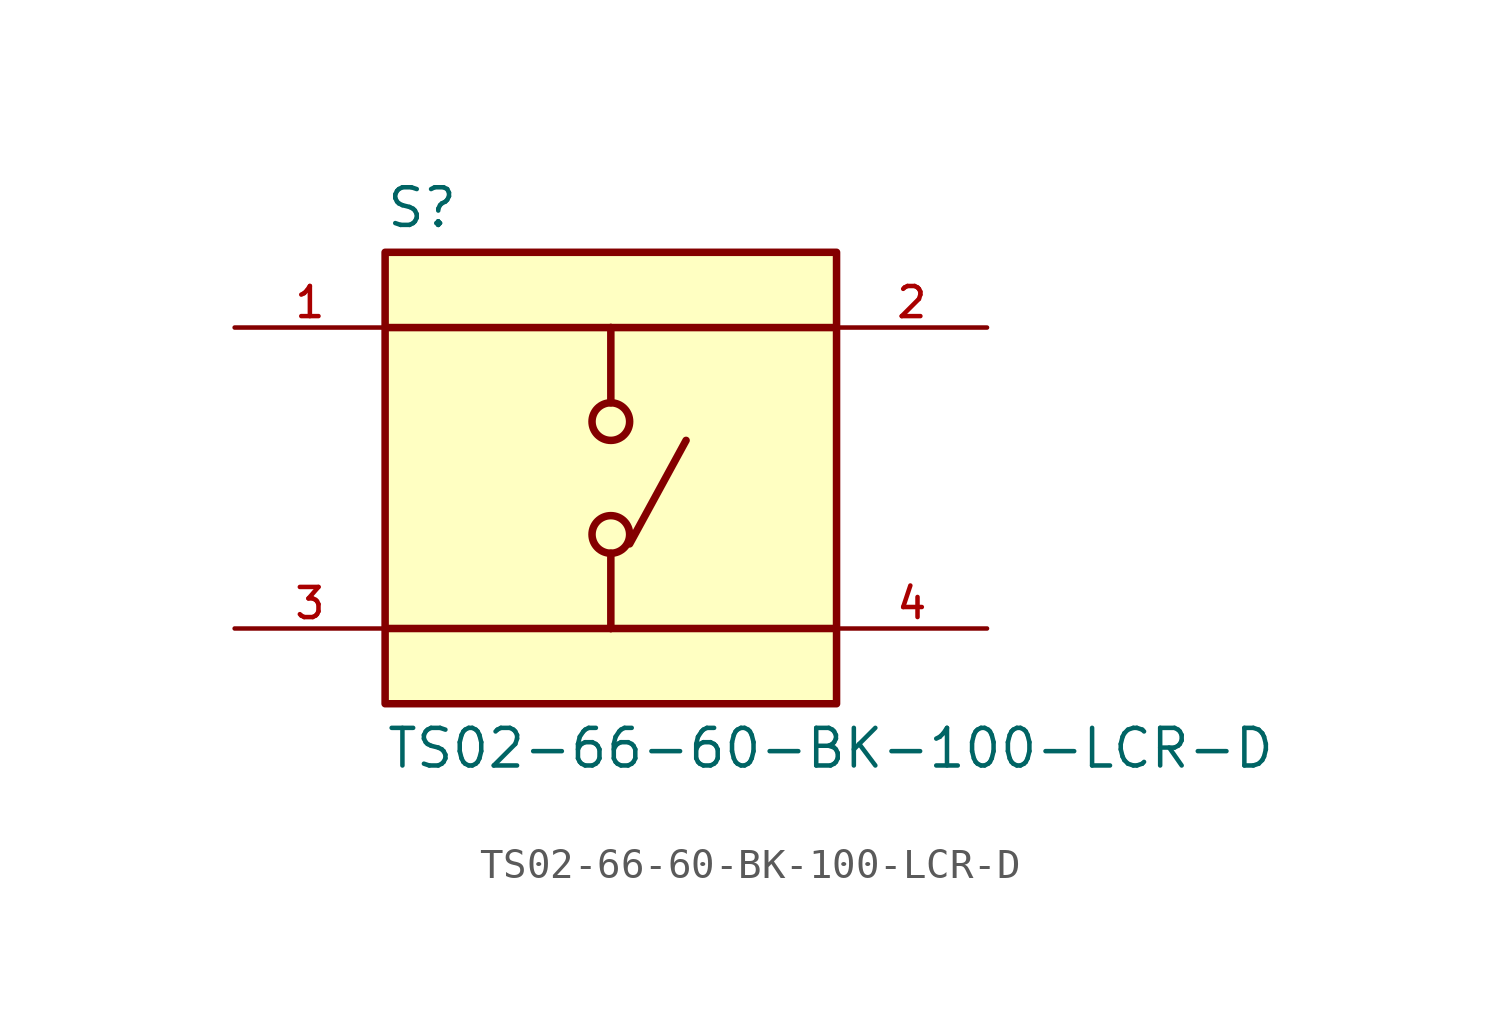
<source format=kicad_sym>
(kicad_symbol_lib
  (version 20211014)
  (generator kicad_symbol_editor)
  (symbol "TS02-66-60-BK-100-LCR-D"
    (pin_names
      (offset 1.016))
    (property "Reference" "S"
      (at -7.62 8.382 0)
      (effects (font (size 1.27 1.27)) (justify bottom left)))
    (property "Value" "TS02-66-60-BK-100-LCR-D"
      (at -7.62 -8.382 0)
      (effects (font (size 1.27 1.27)) (justify top left)))
    (symbol "TS02-66-60-BK-100-LCR-D_0_0"
      (polyline (pts (xy 0.0 5.08) (xy 0.0 2.54)) (stroke (width 0.254)))
      (polyline (pts (xy 0.0 -2.54) (xy 0.0 -5.08)) (stroke (width 0.254)))
      (polyline (pts (xy 0.0 5.08) (xy -7.62 5.08)) (stroke (width 0.254)))
      (polyline (pts (xy 0.0 5.08) (xy 7.62 5.08)) (stroke (width 0.254)))
      (polyline (pts (xy 0.0 -5.08) (xy -7.62 -5.08)) (stroke (width 0.254)))
      (polyline (pts (xy 0.0 -5.08) (xy 7.62 -5.08)) (stroke (width 0.254)))
      (circle (center 0.0 -1.905) (radius 0.635) (stroke (width 0.254)) (fill (type none)))
      (circle (center 0.0 1.905) (radius 0.635) (stroke (width 0.254)) (fill (type none)))
      (polyline (pts (xy 0.635 -2.223) (xy 2.54 1.27)) (stroke (width 0.254)))
      (rectangle (start -7.62 -7.62) (end 7.62 7.62) (stroke (width 0.254)) (fill (type background)))
      (pin passive line (at -12.7 5.08 0) (length 5.08) (name "~" (effects (font (size 1.016 1.016)))) (number "1" (effects (font (size 1.016 1.016)))))
      (pin passive line (at -12.7 -5.08 0) (length 5.08) (name "~" (effects (font (size 1.016 1.016)))) (number "3" (effects (font (size 1.016 1.016)))))
      (pin passive line (at 12.7 5.08 180.0) (length 5.08) (name "~" (effects (font (size 1.016 1.016)))) (number "2" (effects (font (size 1.016 1.016)))))
      (pin passive line (at 12.7 -5.08 180.0) (length 5.08) (name "~" (effects (font (size 1.016 1.016)))) (number "4" (effects (font (size 1.016 1.016))))))))
</source>
